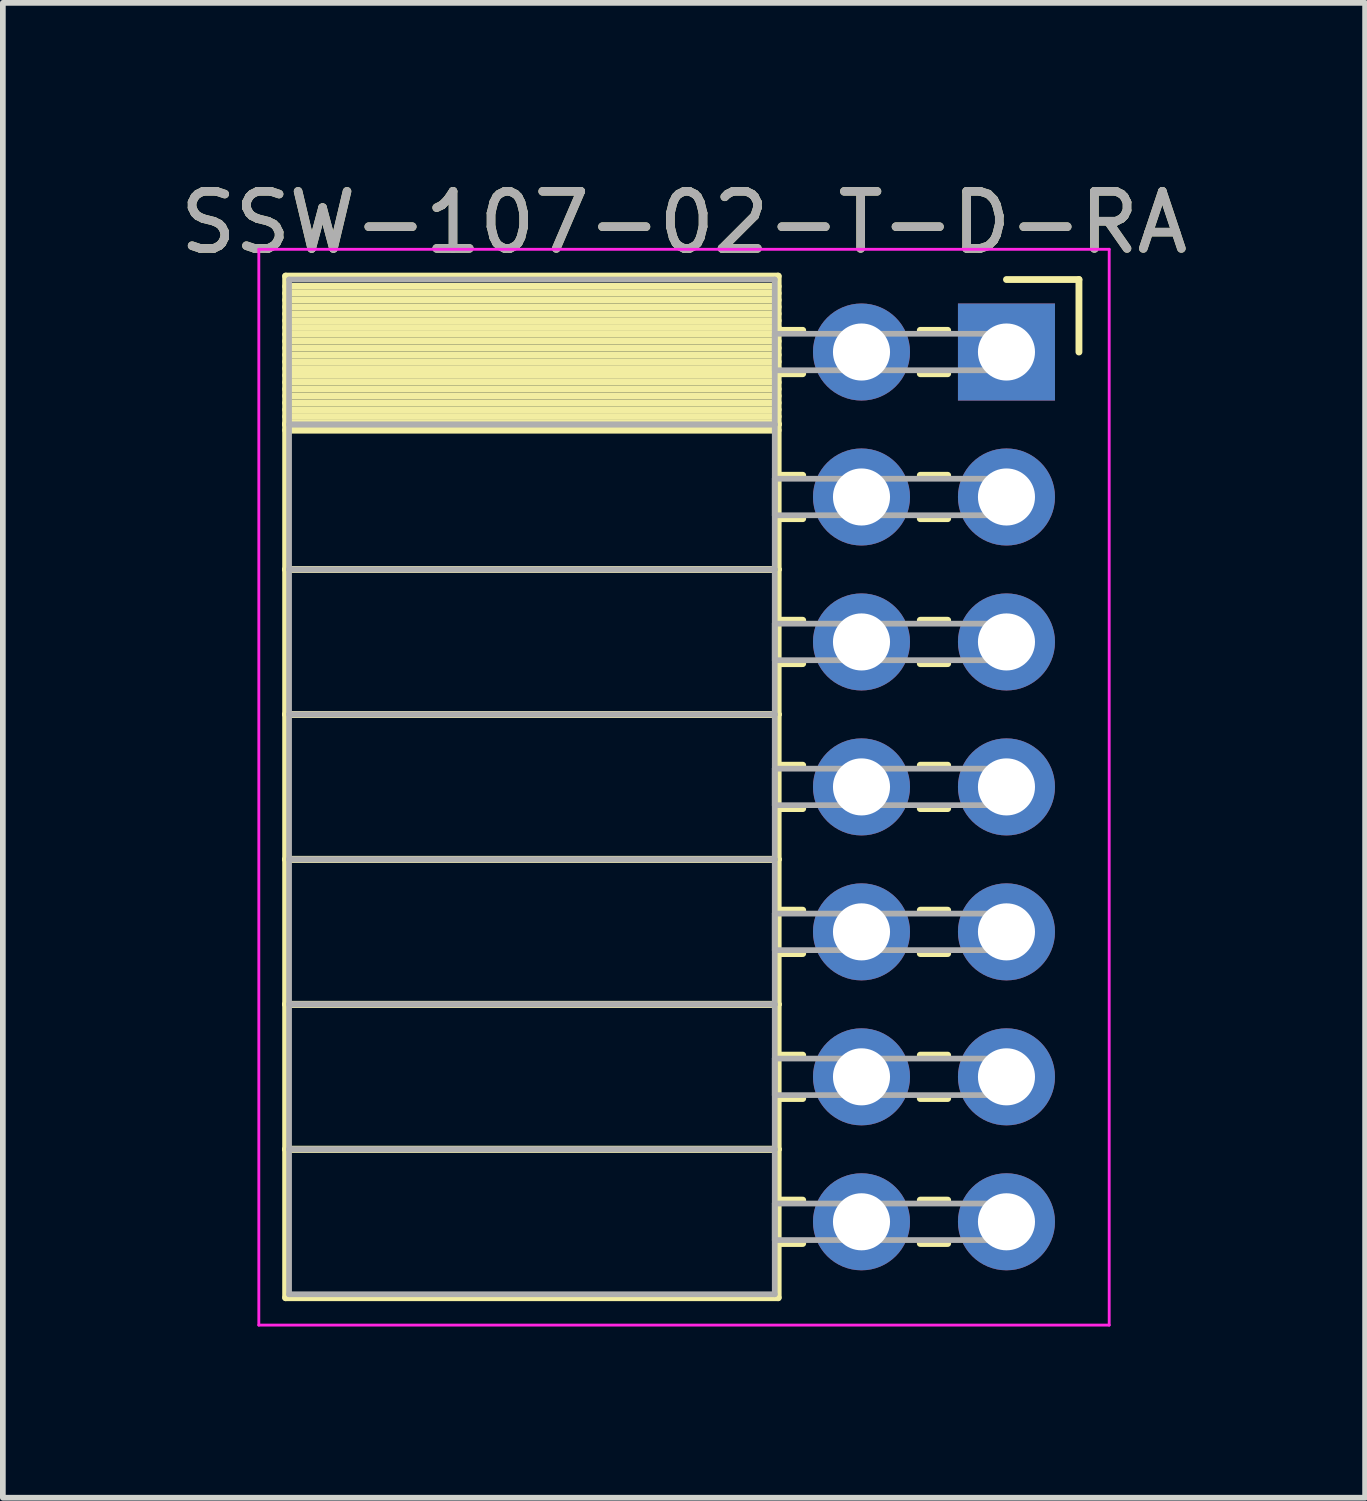
<source format=kicad_pcb>
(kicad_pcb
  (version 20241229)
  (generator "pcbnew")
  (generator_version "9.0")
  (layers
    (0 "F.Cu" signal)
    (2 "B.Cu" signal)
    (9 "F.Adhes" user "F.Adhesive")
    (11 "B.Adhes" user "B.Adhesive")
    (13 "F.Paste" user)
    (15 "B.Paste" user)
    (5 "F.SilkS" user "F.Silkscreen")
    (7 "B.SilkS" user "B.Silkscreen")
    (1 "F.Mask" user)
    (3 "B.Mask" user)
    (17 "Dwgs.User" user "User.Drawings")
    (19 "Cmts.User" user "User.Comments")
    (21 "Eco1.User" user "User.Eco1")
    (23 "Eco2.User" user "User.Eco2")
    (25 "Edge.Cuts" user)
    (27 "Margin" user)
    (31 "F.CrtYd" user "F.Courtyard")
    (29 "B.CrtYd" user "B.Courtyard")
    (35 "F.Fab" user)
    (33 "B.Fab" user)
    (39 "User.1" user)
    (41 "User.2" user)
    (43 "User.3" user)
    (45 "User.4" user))
  (footprint "SSW-107-02-T-D-RA"
    (layer "F.Cu")
    (at 14.585 3.118)
    (property "Reference" "SSW-107-02-T-D-RA" (at -5.65 -2.27 0) (layer "F.SilkS") (effects (font (size 1 1) (thickness 0.15))))
    (attr through_hole)
    (fp_line (start -12.63 -1.33) (end -4 -1.33) (stroke (width 0.12) (type solid)) (layer "F.SilkS"))
    (fp_line (start -12.63 1.27) (end -12.63 -1.33) (stroke (width 0.12) (type solid)) (layer "F.SilkS"))
    (fp_line (start -12.63 1.27) (end -4 1.27) (stroke (width 0.12) (type solid)) (layer "F.SilkS"))
    (fp_line (start -12.63 3.81) (end -12.63 1.27) (stroke (width 0.12) (type solid)) (layer "F.SilkS"))
    (fp_line (start -12.63 3.81) (end -4 3.81) (stroke (width 0.12) (type solid)) (layer "F.SilkS"))
    (fp_line (start -12.63 6.35) (end -12.63 3.81) (stroke (width 0.12) (type solid)) (layer "F.SilkS"))
    (fp_line (start -12.63 6.35) (end -4 6.35) (stroke (width 0.12) (type solid)) (layer "F.SilkS"))
    (fp_line (start -12.63 8.89) (end -12.63 6.35) (stroke (width 0.12) (type solid)) (layer "F.SilkS"))
    (fp_line (start -12.63 8.89) (end -4 8.89) (stroke (width 0.12) (type solid)) (layer "F.SilkS"))
    (fp_line (start -12.63 11.43) (end -12.63 8.89) (stroke (width 0.12) (type solid)) (layer "F.SilkS"))
    (fp_line (start -12.63 11.43) (end -4 11.43) (stroke (width 0.12) (type solid)) (layer "F.SilkS"))
    (fp_line (start -12.63 13.97) (end -12.63 11.43) (stroke (width 0.12) (type solid)) (layer "F.SilkS"))
    (fp_line (start -12.63 13.97) (end -4 13.97) (stroke (width 0.12) (type solid)) (layer "F.SilkS"))
    (fp_line (start -12.63 16.57) (end -12.63 13.97) (stroke (width 0.12) (type solid)) (layer "F.SilkS"))
    (fp_line (start -4 -1.33) (end -4 1.27) (stroke (width 0.12) (type solid)) (layer "F.SilkS"))
    (fp_line (start -4 -1.15) (end -12.63 -1.15) (stroke (width 0.12) (type solid)) (layer "F.SilkS"))
    (fp_line (start -4 -1.03) (end -12.63 -1.03) (stroke (width 0.12) (type solid)) (layer "F.SilkS"))
    (fp_line (start -4 -0.91) (end -12.63 -0.91) (stroke (width 0.12) (type solid)) (layer "F.SilkS"))
    (fp_line (start -4 -0.79) (end -12.63 -0.79) (stroke (width 0.12) (type solid)) (layer "F.SilkS"))
    (fp_line (start -4 -0.67) (end -12.63 -0.67) (stroke (width 0.12) (type solid)) (layer "F.SilkS"))
    (fp_line (start -4 -0.55) (end -12.63 -0.55) (stroke (width 0.12) (type solid)) (layer "F.SilkS"))
    (fp_line (start -4 -0.43) (end -12.63 -0.43) (stroke (width 0.12) (type solid)) (layer "F.SilkS"))
    (fp_line (start -4 -0.31) (end -12.63 -0.31) (stroke (width 0.12) (type solid)) (layer "F.SilkS"))
    (fp_line (start -4 -0.19) (end -12.63 -0.19) (stroke (width 0.12) (type solid)) (layer "F.SilkS"))
    (fp_line (start -4 -0.07) (end -12.63 -0.07) (stroke (width 0.12) (type solid)) (layer "F.SilkS"))
    (fp_line (start -4 0.05) (end -12.63 0.05) (stroke (width 0.12) (type solid)) (layer "F.SilkS"))
    (fp_line (start -4 0.17) (end -12.63 0.17) (stroke (width 0.12) (type solid)) (layer "F.SilkS"))
    (fp_line (start -4 0.29) (end -12.63 0.29) (stroke (width 0.12) (type solid)) (layer "F.SilkS"))
    (fp_line (start -4 0.41) (end -12.63 0.41) (stroke (width 0.12) (type solid)) (layer "F.SilkS"))
    (fp_line (start -4 0.53) (end -12.63 0.53) (stroke (width 0.12) (type solid)) (layer "F.SilkS"))
    (fp_line (start -4 0.65) (end -12.63 0.65) (stroke (width 0.12) (type solid)) (layer "F.SilkS"))
    (fp_line (start -4 0.77) (end -12.63 0.77) (stroke (width 0.12) (type solid)) (layer "F.SilkS"))
    (fp_line (start -4 0.89) (end -12.63 0.89) (stroke (width 0.12) (type solid)) (layer "F.SilkS"))
    (fp_line (start -4 1.01) (end -12.63 1.01) (stroke (width 0.12) (type solid)) (layer "F.SilkS"))
    (fp_line (start -4 1.13) (end -12.63 1.13) (stroke (width 0.12) (type solid)) (layer "F.SilkS"))
    (fp_line (start -4 1.25) (end -12.63 1.25) (stroke (width 0.12) (type solid)) (layer "F.SilkS"))
    (fp_line (start -4 1.27) (end -12.63 1.27) (stroke (width 0.12) (type solid)) (layer "F.SilkS"))
    (fp_line (start -4 1.27) (end -4 3.81) (stroke (width 0.12) (type solid)) (layer "F.SilkS"))
    (fp_line (start -4 1.37) (end -12.63 1.37) (stroke (width 0.12) (type solid)) (layer "F.SilkS"))
    (fp_line (start -4 3.81) (end -12.63 3.81) (stroke (width 0.12) (type solid)) (layer "F.SilkS"))
    (fp_line (start -4 3.81) (end -4 6.35) (stroke (width 0.12) (type solid)) (layer "F.SilkS"))
    (fp_line (start -4 6.35) (end -12.63 6.35) (stroke (width 0.12) (type solid)) (layer "F.SilkS"))
    (fp_line (start -4 6.35) (end -4 8.89) (stroke (width 0.12) (type solid)) (layer "F.SilkS"))
    (fp_line (start -4 8.89) (end -12.63 8.89) (stroke (width 0.12) (type solid)) (layer "F.SilkS"))
    (fp_line (start -4 8.89) (end -4 11.43) (stroke (width 0.12) (type solid)) (layer "F.SilkS"))
    (fp_line (start -4 11.43) (end -12.63 11.43) (stroke (width 0.12) (type solid)) (layer "F.SilkS"))
    (fp_line (start -4 11.43) (end -4 13.97) (stroke (width 0.12) (type solid)) (layer "F.SilkS"))
    (fp_line (start -4 13.97) (end -12.63 13.97) (stroke (width 0.12) (type solid)) (layer "F.SilkS"))
    (fp_line (start -4 13.97) (end -4 16.57) (stroke (width 0.12) (type solid)) (layer "F.SilkS"))
    (fp_line (start -4 16.57) (end -12.63 16.57) (stroke (width 0.12) (type solid)) (layer "F.SilkS"))
    (fp_line (start -3.57 -0.38) (end -4 -0.38) (stroke (width 0.12) (type solid)) (layer "F.SilkS"))
    (fp_line (start -3.57 0.38) (end -4 0.38) (stroke (width 0.12) (type solid)) (layer "F.SilkS"))
    (fp_line (start -3.57 2.16) (end -4 2.16) (stroke (width 0.12) (type solid)) (layer "F.SilkS"))
    (fp_line (start -3.57 2.92) (end -4 2.92) (stroke (width 0.12) (type solid)) (layer "F.SilkS"))
    (fp_line (start -3.57 4.7) (end -4 4.7) (stroke (width 0.12) (type solid)) (layer "F.SilkS"))
    (fp_line (start -3.57 5.46) (end -4 5.46) (stroke (width 0.12) (type solid)) (layer "F.SilkS"))
    (fp_line (start -3.57 7.24) (end -4 7.24) (stroke (width 0.12) (type solid)) (layer "F.SilkS"))
    (fp_line (start -3.57 8) (end -4 8) (stroke (width 0.12) (type solid)) (layer "F.SilkS"))
    (fp_line (start -3.57 9.78) (end -4 9.78) (stroke (width 0.12) (type solid)) (layer "F.SilkS"))
    (fp_line (start -3.57 10.54) (end -4 10.54) (stroke (width 0.12) (type solid)) (layer "F.SilkS"))
    (fp_line (start -3.57 12.32) (end -4 12.32) (stroke (width 0.12) (type solid)) (layer "F.SilkS"))
    (fp_line (start -3.57 13.08) (end -4 13.08) (stroke (width 0.12) (type solid)) (layer "F.SilkS"))
    (fp_line (start -3.57 14.86) (end -4 14.86) (stroke (width 0.12) (type solid)) (layer "F.SilkS"))
    (fp_line (start -3.57 15.62) (end -4 15.62) (stroke (width 0.12) (type solid)) (layer "F.SilkS"))
    (fp_line (start -1.03 -0.38) (end -1.51 -0.38) (stroke (width 0.12) (type solid)) (layer "F.SilkS"))
    (fp_line (start -1.03 0.38) (end -1.51 0.38) (stroke (width 0.12) (type solid)) (layer "F.SilkS"))
    (fp_line (start -1.03 2.16) (end -1.51 2.16) (stroke (width 0.12) (type solid)) (layer "F.SilkS"))
    (fp_line (start -1.03 2.92) (end -1.51 2.92) (stroke (width 0.12) (type solid)) (layer "F.SilkS"))
    (fp_line (start -1.03 4.7) (end -1.51 4.7) (stroke (width 0.12) (type solid)) (layer "F.SilkS"))
    (fp_line (start -1.03 5.46) (end -1.51 5.46) (stroke (width 0.12) (type solid)) (layer "F.SilkS"))
    (fp_line (start -1.03 7.24) (end -1.51 7.24) (stroke (width 0.12) (type solid)) (layer "F.SilkS"))
    (fp_line (start -1.03 8) (end -1.51 8) (stroke (width 0.12) (type solid)) (layer "F.SilkS"))
    (fp_line (start -1.03 9.78) (end -1.51 9.78) (stroke (width 0.12) (type solid)) (layer "F.SilkS"))
    (fp_line (start -1.03 10.54) (end -1.51 10.54) (stroke (width 0.12) (type solid)) (layer "F.SilkS"))
    (fp_line (start -1.03 12.32) (end -1.51 12.32) (stroke (width 0.12) (type solid)) (layer "F.SilkS"))
    (fp_line (start -1.03 13.08) (end -1.51 13.08) (stroke (width 0.12) (type solid)) (layer "F.SilkS"))
    (fp_line (start -1.03 14.86) (end -1.51 14.86) (stroke (width 0.12) (type solid)) (layer "F.SilkS"))
    (fp_line (start -1.03 15.62) (end -1.51 15.62) (stroke (width 0.12) (type solid)) (layer "F.SilkS"))
    (fp_line (start 0 -1.27) (end 1.27 -1.27) (stroke (width 0.12) (type solid)) (layer "F.SilkS"))
    (fp_line (start 1.27 -1.27) (end 1.27 0) (stroke (width 0.12) (type solid)) (layer "F.SilkS"))
    (fp_line (start -13.1 -1.8) (end 1.8 -1.8) (stroke (width 0.05) (type solid)) (layer "F.CrtYd"))
    (fp_line (start -13.1 17.05) (end -13.1 -1.8) (stroke (width 0.05) (type solid)) (layer "F.CrtYd"))
    (fp_line (start 1.8 -1.8) (end 1.8 17.05) (stroke (width 0.05) (type solid)) (layer "F.CrtYd"))
    (fp_line (start 1.8 17.05) (end -13.1 17.05) (stroke (width 0.05) (type solid)) (layer "F.CrtYd"))
    (fp_line (start -12.57 -1.27) (end -4.06 -1.27) (stroke (width 0.1) (type solid)) (layer "F.Fab"))
    (fp_line (start -12.57 1.27) (end -12.57 -1.27) (stroke (width 0.1) (type solid)) (layer "F.Fab"))
    (fp_line (start -12.57 1.27) (end -4.06 1.27) (stroke (width 0.1) (type solid)) (layer "F.Fab"))
    (fp_line (start -12.57 3.81) (end -12.57 1.27) (stroke (width 0.1) (type solid)) (layer "F.Fab"))
    (fp_line (start -12.57 3.81) (end -4.06 3.81) (stroke (width 0.1) (type solid)) (layer "F.Fab"))
    (fp_line (start -12.57 6.35) (end -12.57 3.81) (stroke (width 0.1) (type solid)) (layer "F.Fab"))
    (fp_line (start -12.57 6.35) (end -4.06 6.35) (stroke (width 0.1) (type solid)) (layer "F.Fab"))
    (fp_line (start -12.57 8.89) (end -12.57 6.35) (stroke (width 0.1) (type solid)) (layer "F.Fab"))
    (fp_line (start -12.57 8.89) (end -4.06 8.89) (stroke (width 0.1) (type solid)) (layer "F.Fab"))
    (fp_line (start -12.57 11.43) (end -12.57 8.89) (stroke (width 0.1) (type solid)) (layer "F.Fab"))
    (fp_line (start -12.57 11.43) (end -4.06 11.43) (stroke (width 0.1) (type solid)) (layer "F.Fab"))
    (fp_line (start -12.57 13.97) (end -12.57 11.43) (stroke (width 0.1) (type solid)) (layer "F.Fab"))
    (fp_line (start -12.57 13.97) (end -4.06 13.97) (stroke (width 0.1) (type solid)) (layer "F.Fab"))
    (fp_line (start -12.57 16.51) (end -12.57 13.97) (stroke (width 0.1) (type solid)) (layer "F.Fab"))
    (fp_line (start -4.06 -1.27) (end -4.06 1.27) (stroke (width 0.1) (type solid)) (layer "F.Fab"))
    (fp_line (start -4.06 -0.32) (end 0 -0.32) (stroke (width 0.1) (type solid)) (layer "F.Fab"))
    (fp_line (start -4.06 0.32) (end -4.06 -0.32) (stroke (width 0.1) (type solid)) (layer "F.Fab"))
    (fp_line (start -4.06 1.27) (end -12.57 1.27) (stroke (width 0.1) (type solid)) (layer "F.Fab"))
    (fp_line (start -4.06 1.27) (end -4.06 3.81) (stroke (width 0.1) (type solid)) (layer "F.Fab"))
    (fp_line (start -4.06 2.22) (end 0 2.22) (stroke (width 0.1) (type solid)) (layer "F.Fab"))
    (fp_line (start -4.06 2.86) (end -4.06 2.22) (stroke (width 0.1) (type solid)) (layer "F.Fab"))
    (fp_line (start -4.06 3.81) (end -12.57 3.81) (stroke (width 0.1) (type solid)) (layer "F.Fab"))
    (fp_line (start -4.06 3.81) (end -4.06 6.35) (stroke (width 0.1) (type solid)) (layer "F.Fab"))
    (fp_line (start -4.06 4.76) (end 0 4.76) (stroke (width 0.1) (type solid)) (layer "F.Fab"))
    (fp_line (start -4.06 5.4) (end -4.06 4.76) (stroke (width 0.1) (type solid)) (layer "F.Fab"))
    (fp_line (start -4.06 6.35) (end -12.57 6.35) (stroke (width 0.1) (type solid)) (layer "F.Fab"))
    (fp_line (start -4.06 6.35) (end -4.06 8.89) (stroke (width 0.1) (type solid)) (layer "F.Fab"))
    (fp_line (start -4.06 7.3) (end 0 7.3) (stroke (width 0.1) (type solid)) (layer "F.Fab"))
    (fp_line (start -4.06 7.94) (end -4.06 7.3) (stroke (width 0.1) (type solid)) (layer "F.Fab"))
    (fp_line (start -4.06 8.89) (end -12.57 8.89) (stroke (width 0.1) (type solid)) (layer "F.Fab"))
    (fp_line (start -4.06 8.89) (end -4.06 11.43) (stroke (width 0.1) (type solid)) (layer "F.Fab"))
    (fp_line (start -4.06 9.84) (end 0 9.84) (stroke (width 0.1) (type solid)) (layer "F.Fab"))
    (fp_line (start -4.06 10.48) (end -4.06 9.84) (stroke (width 0.1) (type solid)) (layer "F.Fab"))
    (fp_line (start -4.06 11.43) (end -12.57 11.43) (stroke (width 0.1) (type solid)) (layer "F.Fab"))
    (fp_line (start -4.06 11.43) (end -4.06 13.97) (stroke (width 0.1) (type solid)) (layer "F.Fab"))
    (fp_line (start -4.06 12.38) (end 0 12.38) (stroke (width 0.1) (type solid)) (layer "F.Fab"))
    (fp_line (start -4.06 13.02) (end -4.06 12.38) (stroke (width 0.1) (type solid)) (layer "F.Fab"))
    (fp_line (start -4.06 13.97) (end -12.57 13.97) (stroke (width 0.1) (type solid)) (layer "F.Fab"))
    (fp_line (start -4.06 13.97) (end -4.06 16.51) (stroke (width 0.1) (type solid)) (layer "F.Fab"))
    (fp_line (start -4.06 14.92) (end 0 14.92) (stroke (width 0.1) (type solid)) (layer "F.Fab"))
    (fp_line (start -4.06 15.56) (end -4.06 14.92) (stroke (width 0.1) (type solid)) (layer "F.Fab"))
    (fp_line (start -4.06 16.51) (end -12.57 16.51) (stroke (width 0.1) (type solid)) (layer "F.Fab"))
    (fp_line (start 0 -0.32) (end 0 0.32) (stroke (width 0.1) (type solid)) (layer "F.Fab"))
    (fp_line (start 0 0.32) (end -4.06 0.32) (stroke (width 0.1) (type solid)) (layer "F.Fab"))
    (fp_line (start 0 2.22) (end 0 2.86) (stroke (width 0.1) (type solid)) (layer "F.Fab"))
    (fp_line (start 0 2.86) (end -4.06 2.86) (stroke (width 0.1) (type solid)) (layer "F.Fab"))
    (fp_line (start 0 4.76) (end 0 5.4) (stroke (width 0.1) (type solid)) (layer "F.Fab"))
    (fp_line (start 0 5.4) (end -4.06 5.4) (stroke (width 0.1) (type solid)) (layer "F.Fab"))
    (fp_line (start 0 7.3) (end 0 7.94) (stroke (width 0.1) (type solid)) (layer "F.Fab"))
    (fp_line (start 0 7.94) (end -4.06 7.94) (stroke (width 0.1) (type solid)) (layer "F.Fab"))
    (fp_line (start 0 9.84) (end 0 10.48) (stroke (width 0.1) (type solid)) (layer "F.Fab"))
    (fp_line (start 0 10.48) (end -4.06 10.48) (stroke (width 0.1) (type solid)) (layer "F.Fab"))
    (fp_line (start 0 12.38) (end 0 13.02) (stroke (width 0.1) (type solid)) (layer "F.Fab"))
    (fp_line (start 0 13.02) (end -4.06 13.02) (stroke (width 0.1) (type solid)) (layer "F.Fab"))
    (fp_line (start 0 14.92) (end 0 15.56) (stroke (width 0.1) (type solid)) (layer "F.Fab"))
    (fp_line (start 0 15.56) (end -4.06 15.56) (stroke (width 0.1) (type solid)) (layer "F.Fab"))
    (fp_text user "${REFERENCE}" (at -5.65 -2.27 0) (layer "F.Fab") (effects (font (size 1 1) (thickness 0.15))))
    (pad "1" thru_hole rect (at 0 0) (size 1.7 1.7) (drill 1) (layers "*.Cu" "*.Mask"))
    (pad "2" thru_hole oval (at -2.54 0) (size 1.7 1.7) (drill 1) (layers "*.Cu" "*.Mask"))
    (pad "3" thru_hole oval (at 0 2.54) (size 1.7 1.7) (drill 1) (layers "*.Cu" "*.Mask"))
    (pad "4" thru_hole oval (at -2.54 2.54) (size 1.7 1.7) (drill 1) (layers "*.Cu" "*.Mask"))
    (pad "5" thru_hole oval (at 0 5.08) (size 1.7 1.7) (drill 1) (layers "*.Cu" "*.Mask"))
    (pad "6" thru_hole oval (at -2.54 5.08) (size 1.7 1.7) (drill 1) (layers "*.Cu" "*.Mask"))
    (pad "7" thru_hole oval (at 0 7.62) (size 1.7 1.7) (drill 1) (layers "*.Cu" "*.Mask"))
    (pad "8" thru_hole oval (at -2.54 7.62) (size 1.7 1.7) (drill 1) (layers "*.Cu" "*.Mask"))
    (pad "9" thru_hole oval (at 0 10.16) (size 1.7 1.7) (drill 1) (layers "*.Cu" "*.Mask"))
    (pad "10" thru_hole oval (at -2.54 10.16) (size 1.7 1.7) (drill 1) (layers "*.Cu" "*.Mask"))
    (pad "11" thru_hole oval (at 0 12.7) (size 1.7 1.7) (drill 1) (layers "*.Cu" "*.Mask"))
    (pad "12" thru_hole oval (at -2.54 12.7) (size 1.7 1.7) (drill 1) (layers "*.Cu" "*.Mask"))
    (pad "13" thru_hole oval (at 0 15.24) (size 1.7 1.7) (drill 1) (layers "*.Cu" "*.Mask"))
    (pad "14" thru_hole oval (at -2.54 15.24) (size 1.7 1.7) (drill 1) (layers "*.Cu" "*.Mask")))
  (gr_rect
    (start -3 -3)
    (end 20.869 23.193)
    (stroke (width 0.1) (type default))
    (fill no)
    (layer "Edge.Cuts")))
</source>
